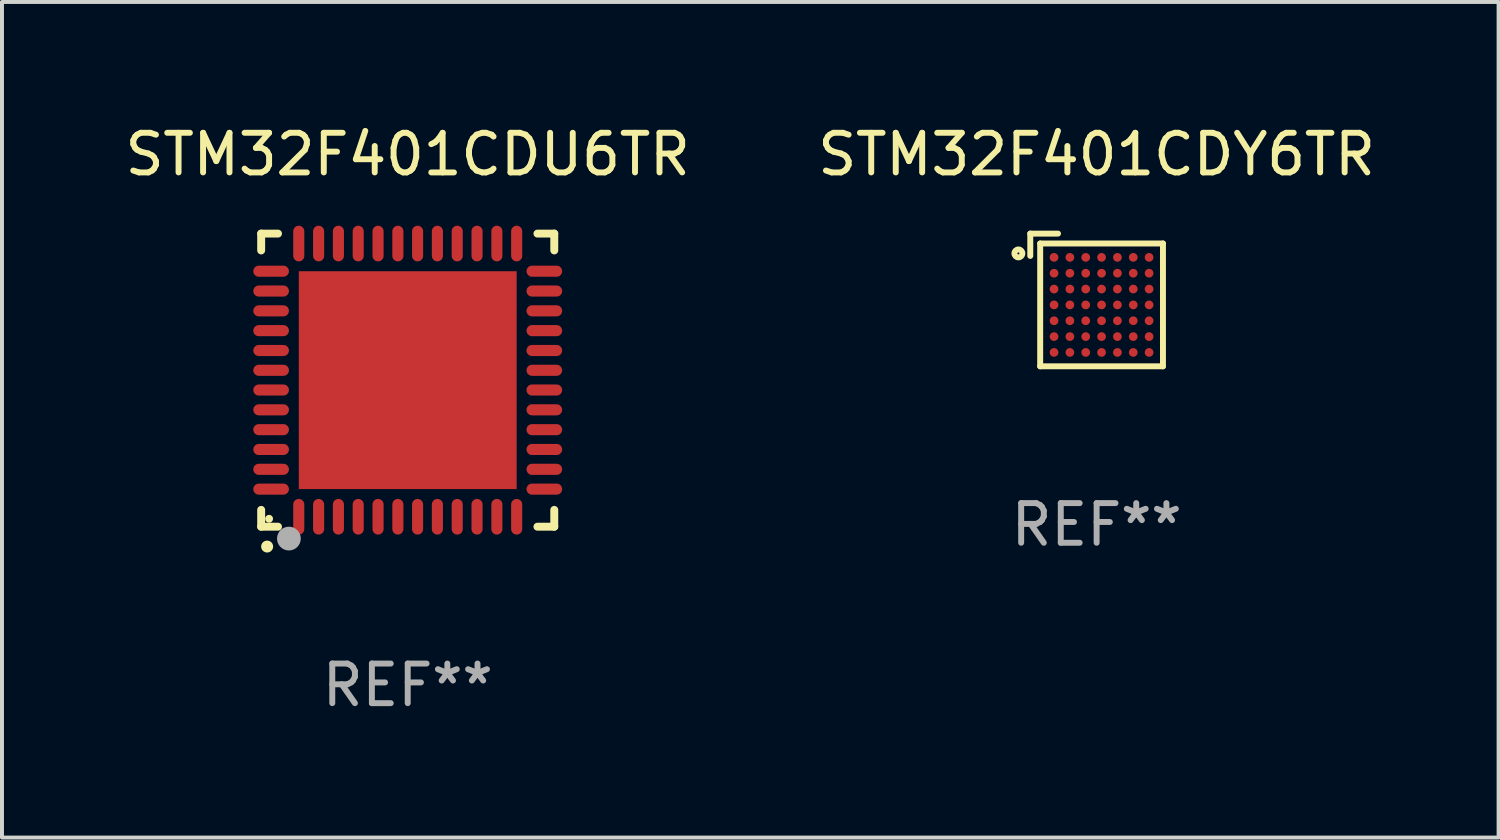
<source format=kicad_pcb>
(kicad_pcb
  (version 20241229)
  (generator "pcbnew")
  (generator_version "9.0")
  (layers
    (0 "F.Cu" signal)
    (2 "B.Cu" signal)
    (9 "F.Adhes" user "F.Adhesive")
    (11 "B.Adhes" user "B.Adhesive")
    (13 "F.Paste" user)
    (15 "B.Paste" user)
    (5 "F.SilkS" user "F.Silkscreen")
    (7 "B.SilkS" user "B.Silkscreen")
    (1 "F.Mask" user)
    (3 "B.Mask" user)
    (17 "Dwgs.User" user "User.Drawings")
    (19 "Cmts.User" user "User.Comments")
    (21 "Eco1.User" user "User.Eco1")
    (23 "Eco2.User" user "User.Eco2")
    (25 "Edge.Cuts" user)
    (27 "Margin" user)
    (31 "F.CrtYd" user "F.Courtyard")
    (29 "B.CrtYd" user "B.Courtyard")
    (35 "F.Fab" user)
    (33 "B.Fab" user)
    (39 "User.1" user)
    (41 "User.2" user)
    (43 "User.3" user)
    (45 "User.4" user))
  (footprint "STM32F401CDY6TR"
    (layer "F.Cu")
    (at 24.637 4.523)
    (property "Reference" "STM32F401CDY6TR" (at 0 -3.675 0) (layer "F.SilkS") (effects (font (size 1 1) (thickness 0.15))))
    (attr through_hole)
    (fp_line (start -1.675 -1.675) (end -1.675 -1.112) (stroke (width 0.15) (type solid)) (layer "F.SilkS"))
    (fp_line (start -1.425 -1.425) (end -1.425 1.675) (stroke (width 0.15) (type solid)) (layer "F.SilkS"))
    (fp_line (start -1.425 -1.425) (end 1.675 -1.425) (stroke (width 0.15) (type solid)) (layer "F.SilkS"))
    (fp_line (start -1.425 1.675) (end 1.675 1.675) (stroke (width 0.15) (type solid)) (layer "F.SilkS"))
    (fp_line (start -0.975 -1.675) (end -1.675 -1.675) (stroke (width 0.15) (type solid)) (layer "F.SilkS"))
    (fp_line (start 1.675 -1.425) (end 1.675 1.675) (stroke (width 0.15) (type solid)) (layer "F.SilkS"))
    (fp_circle (center -1.975 -1.175) (end -1.875 -1.175) (stroke (width 0.15) (type solid)) (fill no) (layer "F.SilkS"))
    (fp_text user "REF**" (at 0 5.675 0) (layer "F.Fab") (effects (font (size 1 1) (thickness 0.15))))
    (pad "A1" smd circle (at -1.075 -1.075) (size 0.22 0.22) (layers "F.Cu" "F.Mask" "F.Paste"))
    (pad "A2" smd circle (at -0.675 -1.075) (size 0.22 0.22) (layers "F.Cu" "F.Mask" "F.Paste"))
    (pad "A3" smd circle (at -0.275 -1.075) (size 0.22 0.22) (layers "F.Cu" "F.Mask" "F.Paste"))
    (pad "A4" smd circle (at 0.125 -1.075) (size 0.22 0.22) (layers "F.Cu" "F.Mask" "F.Paste"))
    (pad "A5" smd circle (at 0.525 -1.075) (size 0.22 0.22) (layers "F.Cu" "F.Mask" "F.Paste"))
    (pad "A6" smd circle (at 0.925 -1.075) (size 0.22 0.22) (layers "F.Cu" "F.Mask" "F.Paste"))
    (pad "A7" smd circle (at 1.325 -1.075) (size 0.22 0.22) (layers "F.Cu" "F.Mask" "F.Paste"))
    (pad "B1" smd circle (at -1.075 -0.675) (size 0.22 0.22) (layers "F.Cu" "F.Mask" "F.Paste"))
    (pad "B2" smd circle (at -0.675 -0.675) (size 0.22 0.22) (layers "F.Cu" "F.Mask" "F.Paste"))
    (pad "B3" smd circle (at -0.275 -0.675) (size 0.22 0.22) (layers "F.Cu" "F.Mask" "F.Paste"))
    (pad "B4" smd circle (at 0.125 -0.675) (size 0.22 0.22) (layers "F.Cu" "F.Mask" "F.Paste"))
    (pad "B5" smd circle (at 0.525 -0.675) (size 0.22 0.22) (layers "F.Cu" "F.Mask" "F.Paste"))
    (pad "B6" smd circle (at 0.925 -0.675) (size 0.22 0.22) (layers "F.Cu" "F.Mask" "F.Paste"))
    (pad "B7" smd circle (at 1.325 -0.675) (size 0.22 0.22) (layers "F.Cu" "F.Mask" "F.Paste"))
    (pad "C1" smd circle (at -1.075 -0.275) (size 0.22 0.22) (layers "F.Cu" "F.Mask" "F.Paste"))
    (pad "C2" smd circle (at -0.675 -0.275) (size 0.22 0.22) (layers "F.Cu" "F.Mask" "F.Paste"))
    (pad "C3" smd circle (at -0.275 -0.275) (size 0.22 0.22) (layers "F.Cu" "F.Mask" "F.Paste"))
    (pad "C4" smd circle (at 0.125 -0.275) (size 0.22 0.22) (layers "F.Cu" "F.Mask" "F.Paste"))
    (pad "C5" smd circle (at 0.525 -0.275) (size 0.22 0.22) (layers "F.Cu" "F.Mask" "F.Paste"))
    (pad "C6" smd circle (at 0.925 -0.275) (size 0.22 0.22) (layers "F.Cu" "F.Mask" "F.Paste"))
    (pad "C7" smd circle (at 1.325 -0.275) (size 0.22 0.22) (layers "F.Cu" "F.Mask" "F.Paste"))
    (pad "D1" smd circle (at -1.075 0.125) (size 0.22 0.22) (layers "F.Cu" "F.Mask" "F.Paste"))
    (pad "D2" smd circle (at -0.675 0.125) (size 0.22 0.22) (layers "F.Cu" "F.Mask" "F.Paste"))
    (pad "D3" smd circle (at -0.275 0.125) (size 0.22 0.22) (layers "F.Cu" "F.Mask" "F.Paste"))
    (pad "D4" smd circle (at 0.125 0.125) (size 0.22 0.22) (layers "F.Cu" "F.Mask" "F.Paste"))
    (pad "D5" smd circle (at 0.525 0.125) (size 0.22 0.22) (layers "F.Cu" "F.Mask" "F.Paste"))
    (pad "D6" smd circle (at 0.925 0.125) (size 0.22 0.22) (layers "F.Cu" "F.Mask" "F.Paste"))
    (pad "D7" smd circle (at 1.325 0.125) (size 0.22 0.22) (layers "F.Cu" "F.Mask" "F.Paste"))
    (pad "E1" smd circle (at -1.075 0.525) (size 0.22 0.22) (layers "F.Cu" "F.Mask" "F.Paste"))
    (pad "E2" smd circle (at -0.675 0.525) (size 0.22 0.22) (layers "F.Cu" "F.Mask" "F.Paste"))
    (pad "E3" smd circle (at -0.275 0.525) (size 0.22 0.22) (layers "F.Cu" "F.Mask" "F.Paste"))
    (pad "E4" smd circle (at 0.125 0.525) (size 0.22 0.22) (layers "F.Cu" "F.Mask" "F.Paste"))
    (pad "E5" smd circle (at 0.525 0.525) (size 0.22 0.22) (layers "F.Cu" "F.Mask" "F.Paste"))
    (pad "E6" smd circle (at 0.925 0.525) (size 0.22 0.22) (layers "F.Cu" "F.Mask" "F.Paste"))
    (pad "E7" smd circle (at 1.325 0.525) (size 0.22 0.22) (layers "F.Cu" "F.Mask" "F.Paste"))
    (pad "F1" smd circle (at -1.075 0.925) (size 0.22 0.22) (layers "F.Cu" "F.Mask" "F.Paste"))
    (pad "F2" smd circle (at -0.675 0.925) (size 0.22 0.22) (layers "F.Cu" "F.Mask" "F.Paste"))
    (pad "F3" smd circle (at -0.275 0.925) (size 0.22 0.22) (layers "F.Cu" "F.Mask" "F.Paste"))
    (pad "F4" smd circle (at 0.125 0.925) (size 0.22 0.22) (layers "F.Cu" "F.Mask" "F.Paste"))
    (pad "F5" smd circle (at 0.525 0.925) (size 0.22 0.22) (layers "F.Cu" "F.Mask" "F.Paste"))
    (pad "F6" smd circle (at 0.925 0.925) (size 0.22 0.22) (layers "F.Cu" "F.Mask" "F.Paste"))
    (pad "F7" smd circle (at 1.325 0.925) (size 0.22 0.22) (layers "F.Cu" "F.Mask" "F.Paste"))
    (pad "G1" smd circle (at -1.075 1.325) (size 0.22 0.22) (layers "F.Cu" "F.Mask" "F.Paste"))
    (pad "G2" smd circle (at -0.675 1.325) (size 0.22 0.22) (layers "F.Cu" "F.Mask" "F.Paste"))
    (pad "G3" smd circle (at -0.275 1.325) (size 0.22 0.22) (layers "F.Cu" "F.Mask" "F.Paste"))
    (pad "G4" smd circle (at 0.125 1.325) (size 0.22 0.22) (layers "F.Cu" "F.Mask" "F.Paste"))
    (pad "G5" smd circle (at 0.525 1.325) (size 0.22 0.22) (layers "F.Cu" "F.Mask" "F.Paste"))
    (pad "G6" smd circle (at 0.925 1.325) (size 0.22 0.22) (layers "F.Cu" "F.Mask" "F.Paste"))
    (pad "G7" smd circle (at 1.325 1.325) (size 0.22 0.22) (layers "F.Cu" "F.Mask" "F.Paste")))
  (footprint "STM32F401CDU6TR"
    (layer "F.Cu")
    (at 7.244 6.548)
    (property "Reference" "STM32F401CDU6TR" (at 0 -5.7 0) (layer "F.SilkS") (effects (font (size 1 1) (thickness 0.15))))
    (attr through_hole)
    (fp_line (start -3.7 -3.7) (end -3.275 -3.7) (stroke (width 0.2) (type solid)) (layer "F.SilkS"))
    (fp_line (start -3.7 -3.275) (end -3.7 -3.7) (stroke (width 0.2) (type solid)) (layer "F.SilkS"))
    (fp_line (start -3.7 3.7) (end -3.7 3.275) (stroke (width 0.2) (type solid)) (layer "F.SilkS"))
    (fp_line (start -3.275 3.7) (end -3.7 3.7) (stroke (width 0.2) (type solid)) (layer "F.SilkS"))
    (fp_line (start 3.7 -3.7) (end 3.275 -3.7) (stroke (width 0.2) (type solid)) (layer "F.SilkS"))
    (fp_line (start 3.7 -3.275) (end 3.7 -3.7) (stroke (width 0.2) (type solid)) (layer "F.SilkS"))
    (fp_line (start 3.7 3.275) (end 3.7 3.7) (stroke (width 0.2) (type solid)) (layer "F.SilkS"))
    (fp_line (start 3.7 3.7) (end 3.275 3.7) (stroke (width 0.2) (type solid)) (layer "F.SilkS"))
    (fp_arc (start -3.550927 4.201168) (mid -3.549657 4.201163) (end -3.548387 4.201168) (stroke (width 0.3) (type solid)) (layer "F.SilkS"))
    (fp_circle (center -3.5 3.5) (end -3.45 3.5) (stroke (width 0.1) (type solid)) (fill no) (layer "F.SilkS"))
    (fp_circle (center -3 4) (end -2.85 4) (stroke (width 0.3) (type solid)) (fill no) (layer "F.Fab"))
    (fp_text user "REF**" (at 0 7.7 0) (layer "F.Fab") (effects (font (size 1 1) (thickness 0.15))))
    (pad "1" smd oval (at -2.751 3.449) (size 0.28 0.9) (layers "F.Cu" "F.Mask" "F.Paste"))
    (pad "2" smd oval (at -2.25 3.449) (size 0.28 0.9) (layers "F.Cu" "F.Mask" "F.Paste"))
    (pad "3" smd oval (at -1.75 3.449) (size 0.28 0.9) (layers "F.Cu" "F.Mask" "F.Paste"))
    (pad "4" smd oval (at -1.25 3.449) (size 0.28 0.9) (layers "F.Cu" "F.Mask" "F.Paste"))
    (pad "5" smd oval (at -0.749 3.449) (size 0.28 0.9) (layers "F.Cu" "F.Mask" "F.Paste"))
    (pad "6" smd oval (at -0.249 3.449) (size 0.28 0.9) (layers "F.Cu" "F.Mask" "F.Paste"))
    (pad "7" smd oval (at 0.249 3.449) (size 0.28 0.9) (layers "F.Cu" "F.Mask" "F.Paste"))
    (pad "8" smd oval (at 0.749 3.449) (size 0.28 0.9) (layers "F.Cu" "F.Mask" "F.Paste"))
    (pad "9" smd oval (at 1.25 3.449) (size 0.28 0.9) (layers "F.Cu" "F.Mask" "F.Paste"))
    (pad "10" smd oval (at 1.75 3.449) (size 0.28 0.9) (layers "F.Cu" "F.Mask" "F.Paste"))
    (pad "11" smd oval (at 2.251 3.449) (size 0.28 0.9) (layers "F.Cu" "F.Mask" "F.Paste"))
    (pad "12" smd oval (at 2.751 3.449) (size 0.28 0.9) (layers "F.Cu" "F.Mask" "F.Paste"))
    (pad "13" smd oval (at 3.449 2.751) (size 0.9 0.28) (layers "F.Cu" "F.Mask" "F.Paste"))
    (pad "14" smd oval (at 3.449 2.251) (size 0.9 0.28) (layers "F.Cu" "F.Mask" "F.Paste"))
    (pad "15" smd oval (at 3.449 1.75) (size 0.9 0.28) (layers "F.Cu" "F.Mask" "F.Paste"))
    (pad "16" smd oval (at 3.449 1.25) (size 0.9 0.28) (layers "F.Cu" "F.Mask" "F.Paste"))
    (pad "17" smd oval (at 3.449 0.749) (size 0.9 0.28) (layers "F.Cu" "F.Mask" "F.Paste"))
    (pad "18" smd oval (at 3.449 0.249) (size 0.9 0.28) (layers "F.Cu" "F.Mask" "F.Paste"))
    (pad "19" smd oval (at 3.449 -0.249) (size 0.9 0.28) (layers "F.Cu" "F.Mask" "F.Paste"))
    (pad "20" smd oval (at 3.449 -0.749) (size 0.9 0.28) (layers "F.Cu" "F.Mask" "F.Paste"))
    (pad "21" smd oval (at 3.449 -1.25) (size 0.9 0.28) (layers "F.Cu" "F.Mask" "F.Paste"))
    (pad "22" smd oval (at 3.449 -1.75) (size 0.9 0.28) (layers "F.Cu" "F.Mask" "F.Paste"))
    (pad "23" smd oval (at 3.449 -2.25) (size 0.9 0.28) (layers "F.Cu" "F.Mask" "F.Paste"))
    (pad "24" smd oval (at 3.449 -2.751) (size 0.9 0.28) (layers "F.Cu" "F.Mask" "F.Paste"))
    (pad "25" smd oval (at 2.751 -3.449) (size 0.28 0.9) (layers "F.Cu" "F.Mask" "F.Paste"))
    (pad "26" smd oval (at 2.251 -3.449) (size 0.28 0.9) (layers "F.Cu" "F.Mask" "F.Paste"))
    (pad "27" smd oval (at 1.75 -3.449) (size 0.28 0.9) (layers "F.Cu" "F.Mask" "F.Paste"))
    (pad "28" smd oval (at 1.25 -3.449) (size 0.28 0.9) (layers "F.Cu" "F.Mask" "F.Paste"))
    (pad "29" smd oval (at 0.749 -3.449) (size 0.28 0.9) (layers "F.Cu" "F.Mask" "F.Paste"))
    (pad "30" smd oval (at 0.249 -3.449) (size 0.28 0.9) (layers "F.Cu" "F.Mask" "F.Paste"))
    (pad "31" smd oval (at -0.249 -3.449) (size 0.28 0.9) (layers "F.Cu" "F.Mask" "F.Paste"))
    (pad "32" smd oval (at -0.749 -3.449) (size 0.28 0.9) (layers "F.Cu" "F.Mask" "F.Paste"))
    (pad "33" smd oval (at -1.25 -3.449) (size 0.28 0.9) (layers "F.Cu" "F.Mask" "F.Paste"))
    (pad "34" smd oval (at -1.75 -3.449) (size 0.28 0.9) (layers "F.Cu" "F.Mask" "F.Paste"))
    (pad "35" smd oval (at -2.25 -3.449) (size 0.28 0.9) (layers "F.Cu" "F.Mask" "F.Paste"))
    (pad "36" smd oval (at -2.751 -3.449) (size 0.28 0.9) (layers "F.Cu" "F.Mask" "F.Paste"))
    (pad "37" smd oval (at -3.449 -2.751) (size 0.9 0.28) (layers "F.Cu" "F.Mask" "F.Paste"))
    (pad "38" smd oval (at -3.449 -2.25) (size 0.9 0.28) (layers "F.Cu" "F.Mask" "F.Paste"))
    (pad "39" smd oval (at -3.449 -1.75) (size 0.9 0.28) (layers "F.Cu" "F.Mask" "F.Paste"))
    (pad "40" smd oval (at -3.449 -1.25) (size 0.9 0.28) (layers "F.Cu" "F.Mask" "F.Paste"))
    (pad "41" smd oval (at -3.449 -0.749) (size 0.9 0.28) (layers "F.Cu" "F.Mask" "F.Paste"))
    (pad "42" smd oval (at -3.449 -0.249) (size 0.9 0.28) (layers "F.Cu" "F.Mask" "F.Paste"))
    (pad "43" smd oval (at -3.449 0.249) (size 0.9 0.28) (layers "F.Cu" "F.Mask" "F.Paste"))
    (pad "44" smd oval (at -3.449 0.749) (size 0.9 0.28) (layers "F.Cu" "F.Mask" "F.Paste"))
    (pad "45" smd oval (at -3.449 1.25) (size 0.9 0.28) (layers "F.Cu" "F.Mask" "F.Paste"))
    (pad "46" smd oval (at -3.449 1.75) (size 0.9 0.28) (layers "F.Cu" "F.Mask" "F.Paste"))
    (pad "47" smd oval (at -3.449 2.251) (size 0.9 0.28) (layers "F.Cu" "F.Mask" "F.Paste"))
    (pad "48" smd oval (at -3.449 2.751) (size 0.9 0.28) (layers "F.Cu" "F.Mask" "F.Paste"))
    (pad "49" smd rect (at 0.000076 0.000076) (size 5.5 5.5) (layers "F.Cu" "F.Mask" "F.Paste")))
  (gr_rect
    (start -3 -3)
    (end 34.786 18.097)
    (stroke (width 0.1) (type default))
    (fill no)
    (layer "Edge.Cuts")))
</source>
